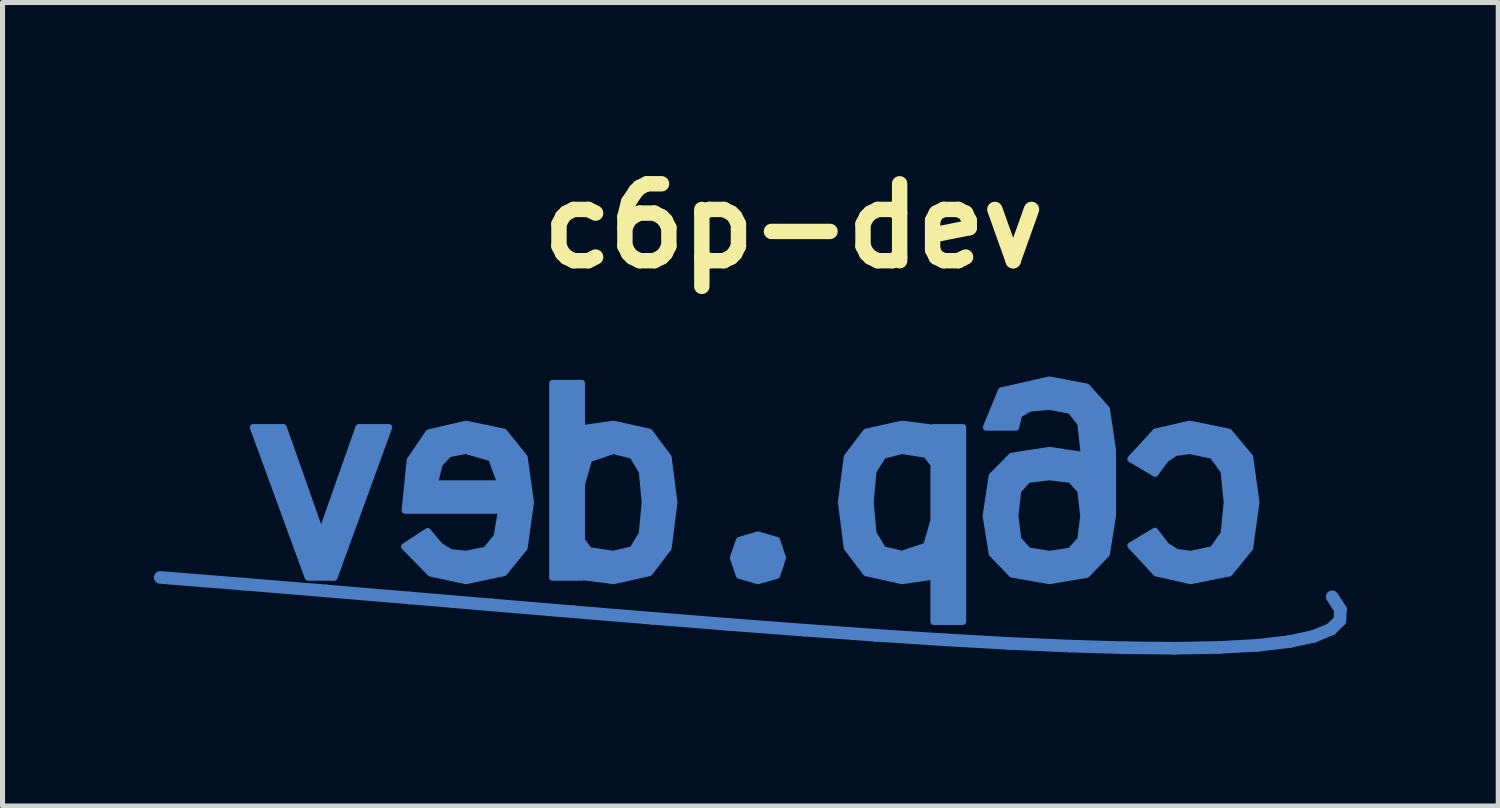
<source format=kicad_pcb>
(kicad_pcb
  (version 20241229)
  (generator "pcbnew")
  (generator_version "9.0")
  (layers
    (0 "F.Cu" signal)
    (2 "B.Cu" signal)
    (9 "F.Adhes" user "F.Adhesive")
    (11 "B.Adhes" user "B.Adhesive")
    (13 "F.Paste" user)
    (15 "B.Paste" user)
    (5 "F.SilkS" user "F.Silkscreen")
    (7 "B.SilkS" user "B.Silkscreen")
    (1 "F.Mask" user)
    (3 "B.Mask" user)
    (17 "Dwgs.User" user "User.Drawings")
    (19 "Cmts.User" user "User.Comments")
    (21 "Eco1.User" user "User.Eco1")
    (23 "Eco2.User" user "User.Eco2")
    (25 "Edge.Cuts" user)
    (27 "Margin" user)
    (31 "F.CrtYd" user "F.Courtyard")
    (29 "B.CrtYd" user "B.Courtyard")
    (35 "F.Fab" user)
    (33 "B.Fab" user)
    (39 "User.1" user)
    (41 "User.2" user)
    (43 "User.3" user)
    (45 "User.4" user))
  (footprint "c6p-dev"
    (layer "F.Cu")
    (at 12.669 7.638)
    (property "Reference" "c6p-dev" (at 0 -6.212 0) (layer "F.SilkS") (effects (font (size 1.524 1.524) (thickness 0.305))))
    (attr exclude_from_pos_files exclude_from_bom)
    (fp_line (start -10.901 0.884) (end -12.544 0.752) (stroke (width 0.25) (type solid)) (layer "B.Cu"))
    (fp_line (start -9.253 1.02) (end -10.901 0.884) (stroke (width 0.25) (type solid)) (layer "B.Cu"))
    (fp_line (start -7.611 1.158) (end -9.253 1.02) (stroke (width 0.25) (type solid)) (layer "B.Cu"))
    (fp_line (start -5.982 1.296) (end -7.611 1.158) (stroke (width 0.25) (type solid)) (layer "B.Cu"))
    (fp_line (start -4.377 1.431) (end -5.982 1.296) (stroke (width 0.25) (type solid)) (layer "B.Cu"))
    (fp_line (start -2.803 1.561) (end -4.377 1.431) (stroke (width 0.25) (type solid)) (layer "B.Cu"))
    (fp_line (start -1.27 1.684) (end -2.803 1.561) (stroke (width 0.25) (type solid)) (layer "B.Cu"))
    (fp_line (start 0.213 1.797) (end -1.27 1.684) (stroke (width 0.25) (type solid)) (layer "B.Cu"))
    (fp_line (start 1.636 1.899) (end 0.213 1.797) (stroke (width 0.25) (type solid)) (layer "B.Cu"))
    (fp_line (start 2.992 1.987) (end 1.636 1.899) (stroke (width 0.25) (type solid)) (layer "B.Cu"))
    (fp_line (start 4.271 2.059) (end 2.992 1.987) (stroke (width 0.25) (type solid)) (layer "B.Cu"))
    (fp_line (start 5.464 2.112) (end 4.271 2.059) (stroke (width 0.25) (type solid)) (layer "B.Cu"))
    (fp_line (start 6.562 2.145) (end 5.464 2.112) (stroke (width 0.25) (type solid)) (layer "B.Cu"))
    (fp_line (start 7.555 2.155) (end 6.562 2.145) (stroke (width 0.25) (type solid)) (layer "B.Cu"))
    (fp_line (start 8.436 2.139) (end 7.555 2.155) (stroke (width 0.25) (type solid)) (layer "B.Cu"))
    (fp_line (start 9.194 2.097) (end 8.436 2.139) (stroke (width 0.25) (type solid)) (layer "B.Cu"))
    (fp_line (start 9.822 2.024) (end 9.194 2.097) (stroke (width 0.25) (type solid)) (layer "B.Cu"))
    (fp_line (start 10.309 1.919) (end 9.822 2.024) (stroke (width 0.25) (type solid)) (layer "B.Cu"))
    (fp_line (start 10.647 1.78) (end 10.309 1.919) (stroke (width 0.25) (type solid)) (layer "B.Cu"))
    (fp_line (start 10.675 1.135) (end 10.839 1.39) (stroke (width 0.25) (type solid)) (layer "B.Cu"))
    (fp_line (start 10.826 1.605) (end 10.647 1.78) (stroke (width 0.25) (type solid)) (layer "B.Cu"))
    (fp_line (start 10.839 1.39) (end 10.826 1.605) (stroke (width 0.25) (type solid)) (layer "B.Cu"))
    (fp_poly (pts (xy -8.015 -2.221) (xy -8.611 -2.221) (xy -9.357 -0.104) (xy -10.103 -2.221) (xy -10.704 -2.221) (xy -9.617 0.752) (xy -9.097 0.752) (xy -8.015 -2.221)) (stroke (width 0.132) (type solid)) (fill yes) (layer "B.Cu"))
    (fp_poly (pts (xy -0.703 0.82) (xy -0.328 0.714) (xy -0.212 0.363) (xy -0.328 0.016) (xy -0.703 -0.094) (xy -1.073 0.016) (xy -1.194 0.363) (xy -1.073 0.714) (xy -0.703 0.82)) (stroke (width 0.132) (type solid)) (fill yes) (layer "B.Cu"))
    (fp_poly (pts (xy 7.87 0.82) (xy 8.639 0.666) (xy 9.043 0.17) (xy 9.168 -0.734) (xy 9.043 -1.634) (xy 8.63 -2.129) (xy 7.85 -2.288) (xy 7.177 -2.134) (xy 6.681 -1.595) (xy 7.167 -1.307) (xy 7.374 -1.591) (xy 7.567 -1.72) (xy 7.85 -1.759) (xy 8.303 -1.663) (xy 8.529 -1.355) (xy 8.591 -0.734) (xy 8.529 -0.114) (xy 8.307 0.199) (xy 7.87 0.29) (xy 7.586 0.252) (xy 7.384 0.122) (xy 7.162 -0.167) (xy 6.681 0.122) (xy 7.186 0.666) (xy 7.87 0.82) (xy 7.87 0.82)) (stroke (width 0.132) (type solid)) (fill yes) (layer "B.Cu"))
    (fp_poly (pts (xy 2.78 -2.221) (xy 2.78 -2.206) (xy 2.631 -1.682) (xy 2.78 -1.489) (xy 2.78 -0.373) (xy 2.636 0.127) (xy 2.15 0.29) (xy 1.775 0.199) (xy 1.582 -0.118) (xy 1.524 -0.739) (xy 1.582 -1.355) (xy 1.775 -1.663) (xy 2.15 -1.759) (xy 2.631 -1.682) (xy 2.78 -2.206) (xy 2.15 -2.288) (xy 1.438 -2.129) (xy 1.063 -1.634) (xy 0.947 -0.739) (xy 1.063 0.165) (xy 1.438 0.661) (xy 2.15 0.82) (xy 2.78 0.728) (xy 2.78 1.628) (xy 3.357 1.628) (xy 3.357 -2.221) (xy 2.78 -2.221)) (stroke (width 0.132) (type solid)) (fill yes) (layer "B.Cu"))
    (fp_poly (pts (xy -7.707 0.141) (xy -7.188 0.67) (xy -6.49 0.82) (xy -5.735 0.661) (xy -5.331 0.165) (xy -5.206 -0.734) (xy -5.331 -1.629) (xy -5.735 -2.129) (xy -6.49 -2.288) (xy -7.226 -2.115) (xy -7.596 -1.571) (xy -7.697 -0.575) (xy -5.797 -1.105) (xy -7.111 -1.105) (xy -7.014 -1.494) (xy -6.827 -1.696) (xy -6.49 -1.759) (xy -5.985 -1.615) (xy -5.797 -1.105) (xy -7.697 -0.575) (xy -5.788 -0.575) (xy -5.874 -0.056) (xy -6.091 0.209) (xy -6.49 0.29) (xy -6.793 0.257) (xy -7.005 0.127) (xy -7.245 -0.162) (xy -7.707 0.141)) (stroke (width 0.132) (type solid)) (fill yes) (layer "B.Cu"))
    (fp_poly (pts (xy -3.565 0.82) (xy -2.853 0.661) (xy -2.478 0.17) (xy -2.363 -0.729) (xy -2.478 -1.629) (xy -2.853 -2.129) (xy -3.565 -2.288) (xy -4.195 -2.197) (xy -4.195 -3.096) (xy -4.773 -3.096) (xy -4.773 0.752) (xy -4.195 0.752) (xy -4.195 0.738) (xy -3.565 0.29) (xy -4.046 0.218) (xy -4.195 0.021) (xy -4.195 -1.095) (xy -4.051 -1.595) (xy -3.565 -1.759) (xy -3.185 -1.663) (xy -2.998 -1.35) (xy -2.94 -0.729) (xy -2.998 -0.114) (xy -3.185 0.199) (xy -3.565 0.29) (xy -4.195 0.738) (xy -3.565 0.82) (xy -3.565 0.82)) (stroke (width 0.132) (type solid)) (fill yes) (layer "B.Cu"))
    (fp_poly (pts (xy 5.07 0.82) (xy 5.811 0.695) (xy 6.205 0.286) (xy 6.325 -0.465) (xy 6.325 -1.778) (xy 6.205 -2.586) (xy 5.811 -3.024) (xy 5.07 -3.164) (xy 4.117 -2.947) (xy 3.819 -2.221) (xy 4.406 -2.221) (xy 4.469 -2.476) (xy 4.675 -2.596) (xy 5.07 -2.634) (xy 5.488 -2.557) (xy 5.69 -2.302) (xy 5.748 -1.778) (xy 5.748 -1.667) (xy 5.07 -1.769) (xy 4.324 -1.653) (xy 3.935 -1.259) (xy 3.814 -0.47) (xy 3.935 0.281) (xy 4.329 0.69) (xy 5.07 0.29) (xy 4.651 0.223) (xy 4.449 -0.003) (xy 4.392 -0.47) (xy 4.449 -0.97) (xy 4.646 -1.186) (xy 5.07 -1.239) (xy 5.498 -1.186) (xy 5.69 -0.97) (xy 5.748 -0.465) (xy 5.69 0.002) (xy 5.488 0.228) (xy 5.07 0.29) (xy 4.329 0.69) (xy 5.07 0.82) (xy 5.07 0.82)) (stroke (width 0.132) (type solid)) (fill yes) (layer "B.Cu")))
  (gr_rect
    (start -3 -3)
    (end 26.633 12.918)
    (stroke (width 0.1) (type default))
    (fill no)
    (layer "Edge.Cuts")))
</source>
